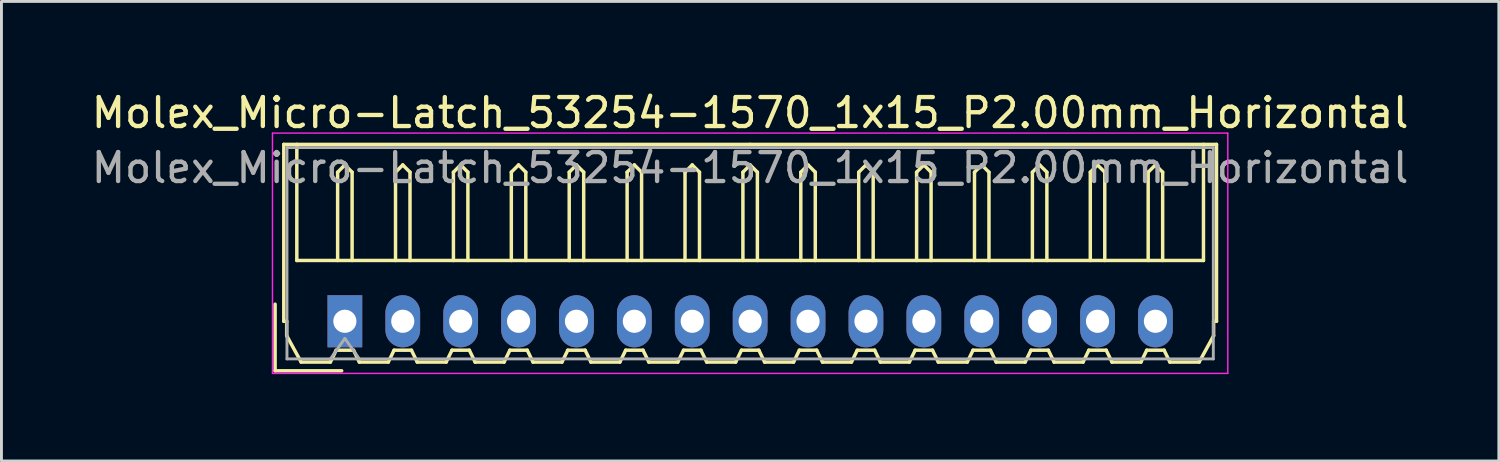
<source format=kicad_pcb>
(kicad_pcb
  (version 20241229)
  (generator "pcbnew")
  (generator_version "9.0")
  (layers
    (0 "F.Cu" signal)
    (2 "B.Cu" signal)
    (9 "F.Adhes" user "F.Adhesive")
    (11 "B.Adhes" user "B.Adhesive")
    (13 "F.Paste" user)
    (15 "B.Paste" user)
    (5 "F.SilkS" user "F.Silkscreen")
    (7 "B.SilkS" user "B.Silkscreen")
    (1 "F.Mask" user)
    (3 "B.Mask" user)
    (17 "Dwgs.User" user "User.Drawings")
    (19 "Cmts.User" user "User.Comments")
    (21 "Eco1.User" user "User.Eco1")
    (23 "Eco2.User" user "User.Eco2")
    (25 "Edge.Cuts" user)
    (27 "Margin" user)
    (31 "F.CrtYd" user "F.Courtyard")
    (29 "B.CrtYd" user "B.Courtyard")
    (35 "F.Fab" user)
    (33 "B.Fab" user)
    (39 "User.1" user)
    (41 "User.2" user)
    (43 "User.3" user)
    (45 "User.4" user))
  (footprint "Molex_Micro-Latch_53254-1570_1x15_P2.00mm_Horizontal"
    (layer "F.Cu")
    (at 8.863 8.048)
    (property "Reference" "Molex_Micro-Latch_53254-1570_1x15_P2.00mm_Horizontal" (at 14 -7.2 0) (layer "F.SilkS") (effects (font (size 1 1) (thickness 0.15))))
    (attr through_hole)
    (fp_line (start -2.41 1.71) (end -2.41 -0.59) (stroke (width 0.12) (type solid)) (layer "F.SilkS"))
    (fp_line (start -2.11 -6.11) (end 14 -6.11) (stroke (width 0.12) (type solid)) (layer "F.SilkS"))
    (fp_line (start -2.11 0) (end -2.11 -6.11) (stroke (width 0.12) (type solid)) (layer "F.SilkS"))
    (fp_line (start -2.01 0) (end -2.11 0) (stroke (width 0.12) (type solid)) (layer "F.SilkS"))
    (fp_line (start -2.01 0.5) (end -2.01 0) (stroke (width 0.12) (type solid)) (layer "F.SilkS"))
    (fp_line (start -1.66 -6.11) (end -1.66 -2.1) (stroke (width 0.12) (type solid)) (layer "F.SilkS"))
    (fp_line (start -1.66 -2.1) (end 29.66 -2.1) (stroke (width 0.12) (type solid)) (layer "F.SilkS"))
    (fp_line (start -1.51 1.41) (end -2.01 0.5) (stroke (width 0.12) (type solid)) (layer "F.SilkS"))
    (fp_line (start -0.5 1.41) (end -1.51 1.41) (stroke (width 0.12) (type solid)) (layer "F.SilkS"))
    (fp_line (start -0.3 1) (end -0.5 1.41) (stroke (width 0.12) (type solid)) (layer "F.SilkS"))
    (fp_line (start -0.3 1) (end 0.3 1) (stroke (width 0.12) (type solid)) (layer "F.SilkS"))
    (fp_line (start -0.25 -5.15) (end 0 -5.4) (stroke (width 0.12) (type solid)) (layer "F.SilkS"))
    (fp_line (start -0.25 -2.1) (end -0.25 -5.15) (stroke (width 0.12) (type solid)) (layer "F.SilkS"))
    (fp_line (start -0.11 1.71) (end -2.41 1.71) (stroke (width 0.12) (type solid)) (layer "F.SilkS"))
    (fp_line (start 0 -5.4) (end 0.25 -5.15) (stroke (width 0.12) (type solid)) (layer "F.SilkS"))
    (fp_line (start 0.25 -5.15) (end 0.25 -2.1) (stroke (width 0.12) (type solid)) (layer "F.SilkS"))
    (fp_line (start 0.3 1) (end 0.5 1.41) (stroke (width 0.12) (type solid)) (layer "F.SilkS"))
    (fp_line (start 0.5 1.41) (end 1.5 1.41) (stroke (width 0.12) (type solid)) (layer "F.SilkS"))
    (fp_line (start 1.5 1.41) (end 1.7 1) (stroke (width 0.12) (type solid)) (layer "F.SilkS"))
    (fp_line (start 1.7 1) (end 2.3 1) (stroke (width 0.12) (type solid)) (layer "F.SilkS"))
    (fp_line (start 1.75 -5.15) (end 2 -5.4) (stroke (width 0.12) (type solid)) (layer "F.SilkS"))
    (fp_line (start 1.75 -2.1) (end 1.75 -5.15) (stroke (width 0.12) (type solid)) (layer "F.SilkS"))
    (fp_line (start 2 -5.4) (end 2.25 -5.15) (stroke (width 0.12) (type solid)) (layer "F.SilkS"))
    (fp_line (start 2.25 -5.15) (end 2.25 -2.1) (stroke (width 0.12) (type solid)) (layer "F.SilkS"))
    (fp_line (start 2.3 1) (end 2.5 1.41) (stroke (width 0.12) (type solid)) (layer "F.SilkS"))
    (fp_line (start 2.5 1.41) (end 3.5 1.41) (stroke (width 0.12) (type solid)) (layer "F.SilkS"))
    (fp_line (start 3.5 1.41) (end 3.7 1) (stroke (width 0.12) (type solid)) (layer "F.SilkS"))
    (fp_line (start 3.7 1) (end 4.3 1) (stroke (width 0.12) (type solid)) (layer "F.SilkS"))
    (fp_line (start 3.75 -5.15) (end 4 -5.4) (stroke (width 0.12) (type solid)) (layer "F.SilkS"))
    (fp_line (start 3.75 -2.1) (end 3.75 -5.15) (stroke (width 0.12) (type solid)) (layer "F.SilkS"))
    (fp_line (start 4 -5.4) (end 4.25 -5.15) (stroke (width 0.12) (type solid)) (layer "F.SilkS"))
    (fp_line (start 4.25 -5.15) (end 4.25 -2.1) (stroke (width 0.12) (type solid)) (layer "F.SilkS"))
    (fp_line (start 4.3 1) (end 4.5 1.41) (stroke (width 0.12) (type solid)) (layer "F.SilkS"))
    (fp_line (start 4.5 1.41) (end 5.5 1.41) (stroke (width 0.12) (type solid)) (layer "F.SilkS"))
    (fp_line (start 5.5 1.41) (end 5.7 1) (stroke (width 0.12) (type solid)) (layer "F.SilkS"))
    (fp_line (start 5.7 1) (end 6.3 1) (stroke (width 0.12) (type solid)) (layer "F.SilkS"))
    (fp_line (start 5.75 -5.15) (end 6 -5.4) (stroke (width 0.12) (type solid)) (layer "F.SilkS"))
    (fp_line (start 5.75 -2.1) (end 5.75 -5.15) (stroke (width 0.12) (type solid)) (layer "F.SilkS"))
    (fp_line (start 6 -5.4) (end 6.25 -5.15) (stroke (width 0.12) (type solid)) (layer "F.SilkS"))
    (fp_line (start 6.25 -5.15) (end 6.25 -2.1) (stroke (width 0.12) (type solid)) (layer "F.SilkS"))
    (fp_line (start 6.3 1) (end 6.5 1.41) (stroke (width 0.12) (type solid)) (layer "F.SilkS"))
    (fp_line (start 6.5 1.41) (end 7.5 1.41) (stroke (width 0.12) (type solid)) (layer "F.SilkS"))
    (fp_line (start 7.5 1.41) (end 7.7 1) (stroke (width 0.12) (type solid)) (layer "F.SilkS"))
    (fp_line (start 7.7 1) (end 8.3 1) (stroke (width 0.12) (type solid)) (layer "F.SilkS"))
    (fp_line (start 7.75 -5.15) (end 8 -5.4) (stroke (width 0.12) (type solid)) (layer "F.SilkS"))
    (fp_line (start 7.75 -2.1) (end 7.75 -5.15) (stroke (width 0.12) (type solid)) (layer "F.SilkS"))
    (fp_line (start 8 -5.4) (end 8.25 -5.15) (stroke (width 0.12) (type solid)) (layer "F.SilkS"))
    (fp_line (start 8.25 -5.15) (end 8.25 -2.1) (stroke (width 0.12) (type solid)) (layer "F.SilkS"))
    (fp_line (start 8.3 1) (end 8.5 1.41) (stroke (width 0.12) (type solid)) (layer "F.SilkS"))
    (fp_line (start 8.5 1.41) (end 9.5 1.41) (stroke (width 0.12) (type solid)) (layer "F.SilkS"))
    (fp_line (start 9.5 1.41) (end 9.7 1) (stroke (width 0.12) (type solid)) (layer "F.SilkS"))
    (fp_line (start 9.7 1) (end 10.3 1) (stroke (width 0.12) (type solid)) (layer "F.SilkS"))
    (fp_line (start 9.75 -5.15) (end 10 -5.4) (stroke (width 0.12) (type solid)) (layer "F.SilkS"))
    (fp_line (start 9.75 -2.1) (end 9.75 -5.15) (stroke (width 0.12) (type solid)) (layer "F.SilkS"))
    (fp_line (start 10 -5.4) (end 10.25 -5.15) (stroke (width 0.12) (type solid)) (layer "F.SilkS"))
    (fp_line (start 10.25 -5.15) (end 10.25 -2.1) (stroke (width 0.12) (type solid)) (layer "F.SilkS"))
    (fp_line (start 10.3 1) (end 10.5 1.41) (stroke (width 0.12) (type solid)) (layer "F.SilkS"))
    (fp_line (start 10.5 1.41) (end 11.5 1.41) (stroke (width 0.12) (type solid)) (layer "F.SilkS"))
    (fp_line (start 11.5 1.41) (end 11.7 1) (stroke (width 0.12) (type solid)) (layer "F.SilkS"))
    (fp_line (start 11.7 1) (end 12.3 1) (stroke (width 0.12) (type solid)) (layer "F.SilkS"))
    (fp_line (start 11.75 -5.15) (end 12 -5.4) (stroke (width 0.12) (type solid)) (layer "F.SilkS"))
    (fp_line (start 11.75 -2.1) (end 11.75 -5.15) (stroke (width 0.12) (type solid)) (layer "F.SilkS"))
    (fp_line (start 12 -5.4) (end 12.25 -5.15) (stroke (width 0.12) (type solid)) (layer "F.SilkS"))
    (fp_line (start 12.25 -5.15) (end 12.25 -2.1) (stroke (width 0.12) (type solid)) (layer "F.SilkS"))
    (fp_line (start 12.3 1) (end 12.5 1.41) (stroke (width 0.12) (type solid)) (layer "F.SilkS"))
    (fp_line (start 12.5 1.41) (end 13.5 1.41) (stroke (width 0.12) (type solid)) (layer "F.SilkS"))
    (fp_line (start 13.5 1.41) (end 13.7 1) (stroke (width 0.12) (type solid)) (layer "F.SilkS"))
    (fp_line (start 13.7 1) (end 14.3 1) (stroke (width 0.12) (type solid)) (layer "F.SilkS"))
    (fp_line (start 13.75 -5.15) (end 14 -5.4) (stroke (width 0.12) (type solid)) (layer "F.SilkS"))
    (fp_line (start 13.75 -2.1) (end 13.75 -5.15) (stroke (width 0.12) (type solid)) (layer "F.SilkS"))
    (fp_line (start 14 -5.4) (end 14.25 -5.15) (stroke (width 0.12) (type solid)) (layer "F.SilkS"))
    (fp_line (start 14.25 -5.15) (end 14.25 -2.1) (stroke (width 0.12) (type solid)) (layer "F.SilkS"))
    (fp_line (start 14.3 1) (end 14.5 1.41) (stroke (width 0.12) (type solid)) (layer "F.SilkS"))
    (fp_line (start 14.5 1.41) (end 15.5 1.41) (stroke (width 0.12) (type solid)) (layer "F.SilkS"))
    (fp_line (start 15.5 1.41) (end 15.7 1) (stroke (width 0.12) (type solid)) (layer "F.SilkS"))
    (fp_line (start 15.7 1) (end 16.3 1) (stroke (width 0.12) (type solid)) (layer "F.SilkS"))
    (fp_line (start 15.75 -5.15) (end 16 -5.4) (stroke (width 0.12) (type solid)) (layer "F.SilkS"))
    (fp_line (start 15.75 -2.1) (end 15.75 -5.15) (stroke (width 0.12) (type solid)) (layer "F.SilkS"))
    (fp_line (start 16 -5.4) (end 16.25 -5.15) (stroke (width 0.12) (type solid)) (layer "F.SilkS"))
    (fp_line (start 16.25 -5.15) (end 16.25 -2.1) (stroke (width 0.12) (type solid)) (layer "F.SilkS"))
    (fp_line (start 16.3 1) (end 16.5 1.41) (stroke (width 0.12) (type solid)) (layer "F.SilkS"))
    (fp_line (start 16.5 1.41) (end 17.5 1.41) (stroke (width 0.12) (type solid)) (layer "F.SilkS"))
    (fp_line (start 17.5 1.41) (end 17.7 1) (stroke (width 0.12) (type solid)) (layer "F.SilkS"))
    (fp_line (start 17.7 1) (end 18.3 1) (stroke (width 0.12) (type solid)) (layer "F.SilkS"))
    (fp_line (start 17.75 -5.15) (end 18 -5.4) (stroke (width 0.12) (type solid)) (layer "F.SilkS"))
    (fp_line (start 17.75 -2.1) (end 17.75 -5.15) (stroke (width 0.12) (type solid)) (layer "F.SilkS"))
    (fp_line (start 18 -5.4) (end 18.25 -5.15) (stroke (width 0.12) (type solid)) (layer "F.SilkS"))
    (fp_line (start 18.25 -5.15) (end 18.25 -2.1) (stroke (width 0.12) (type solid)) (layer "F.SilkS"))
    (fp_line (start 18.3 1) (end 18.5 1.41) (stroke (width 0.12) (type solid)) (layer "F.SilkS"))
    (fp_line (start 18.5 1.41) (end 19.5 1.41) (stroke (width 0.12) (type solid)) (layer "F.SilkS"))
    (fp_line (start 19.5 1.41) (end 19.7 1) (stroke (width 0.12) (type solid)) (layer "F.SilkS"))
    (fp_line (start 19.7 1) (end 20.3 1) (stroke (width 0.12) (type solid)) (layer "F.SilkS"))
    (fp_line (start 19.75 -5.15) (end 20 -5.4) (stroke (width 0.12) (type solid)) (layer "F.SilkS"))
    (fp_line (start 19.75 -2.1) (end 19.75 -5.15) (stroke (width 0.12) (type solid)) (layer "F.SilkS"))
    (fp_line (start 20 -5.4) (end 20.25 -5.15) (stroke (width 0.12) (type solid)) (layer "F.SilkS"))
    (fp_line (start 20.25 -5.15) (end 20.25 -2.1) (stroke (width 0.12) (type solid)) (layer "F.SilkS"))
    (fp_line (start 20.3 1) (end 20.5 1.41) (stroke (width 0.12) (type solid)) (layer "F.SilkS"))
    (fp_line (start 20.5 1.41) (end 21.5 1.41) (stroke (width 0.12) (type solid)) (layer "F.SilkS"))
    (fp_line (start 21.5 1.41) (end 21.7 1) (stroke (width 0.12) (type solid)) (layer "F.SilkS"))
    (fp_line (start 21.7 1) (end 22.3 1) (stroke (width 0.12) (type solid)) (layer "F.SilkS"))
    (fp_line (start 21.75 -5.15) (end 22 -5.4) (stroke (width 0.12) (type solid)) (layer "F.SilkS"))
    (fp_line (start 21.75 -2.1) (end 21.75 -5.15) (stroke (width 0.12) (type solid)) (layer "F.SilkS"))
    (fp_line (start 22 -5.4) (end 22.25 -5.15) (stroke (width 0.12) (type solid)) (layer "F.SilkS"))
    (fp_line (start 22.25 -5.15) (end 22.25 -2.1) (stroke (width 0.12) (type solid)) (layer "F.SilkS"))
    (fp_line (start 22.3 1) (end 22.5 1.41) (stroke (width 0.12) (type solid)) (layer "F.SilkS"))
    (fp_line (start 22.5 1.41) (end 23.5 1.41) (stroke (width 0.12) (type solid)) (layer "F.SilkS"))
    (fp_line (start 23.5 1.41) (end 23.7 1) (stroke (width 0.12) (type solid)) (layer "F.SilkS"))
    (fp_line (start 23.7 1) (end 24.3 1) (stroke (width 0.12) (type solid)) (layer "F.SilkS"))
    (fp_line (start 23.75 -5.15) (end 24 -5.4) (stroke (width 0.12) (type solid)) (layer "F.SilkS"))
    (fp_line (start 23.75 -2.1) (end 23.75 -5.15) (stroke (width 0.12) (type solid)) (layer "F.SilkS"))
    (fp_line (start 24 -5.4) (end 24.25 -5.15) (stroke (width 0.12) (type solid)) (layer "F.SilkS"))
    (fp_line (start 24.25 -5.15) (end 24.25 -2.1) (stroke (width 0.12) (type solid)) (layer "F.SilkS"))
    (fp_line (start 24.3 1) (end 24.5 1.41) (stroke (width 0.12) (type solid)) (layer "F.SilkS"))
    (fp_line (start 24.5 1.41) (end 25.5 1.41) (stroke (width 0.12) (type solid)) (layer "F.SilkS"))
    (fp_line (start 25.5 1.41) (end 25.7 1) (stroke (width 0.12) (type solid)) (layer "F.SilkS"))
    (fp_line (start 25.7 1) (end 26.3 1) (stroke (width 0.12) (type solid)) (layer "F.SilkS"))
    (fp_line (start 25.75 -5.15) (end 26 -5.4) (stroke (width 0.12) (type solid)) (layer "F.SilkS"))
    (fp_line (start 25.75 -2.1) (end 25.75 -5.15) (stroke (width 0.12) (type solid)) (layer "F.SilkS"))
    (fp_line (start 26 -5.4) (end 26.25 -5.15) (stroke (width 0.12) (type solid)) (layer "F.SilkS"))
    (fp_line (start 26.25 -5.15) (end 26.25 -2.1) (stroke (width 0.12) (type solid)) (layer "F.SilkS"))
    (fp_line (start 26.3 1) (end 26.5 1.41) (stroke (width 0.12) (type solid)) (layer "F.SilkS"))
    (fp_line (start 26.5 1.41) (end 27.5 1.41) (stroke (width 0.12) (type solid)) (layer "F.SilkS"))
    (fp_line (start 27.5 1.41) (end 27.7 1) (stroke (width 0.12) (type solid)) (layer "F.SilkS"))
    (fp_line (start 27.7 1) (end 28.3 1) (stroke (width 0.12) (type solid)) (layer "F.SilkS"))
    (fp_line (start 27.75 -5.15) (end 28 -5.4) (stroke (width 0.12) (type solid)) (layer "F.SilkS"))
    (fp_line (start 27.75 -2.1) (end 27.75 -5.15) (stroke (width 0.12) (type solid)) (layer "F.SilkS"))
    (fp_line (start 28 -5.4) (end 28.25 -5.15) (stroke (width 0.12) (type solid)) (layer "F.SilkS"))
    (fp_line (start 28.25 -5.15) (end 28.25 -2.1) (stroke (width 0.12) (type solid)) (layer "F.SilkS"))
    (fp_line (start 28.3 1) (end 28.5 1.41) (stroke (width 0.12) (type solid)) (layer "F.SilkS"))
    (fp_line (start 28.5 1.41) (end 29.51 1.41) (stroke (width 0.12) (type solid)) (layer "F.SilkS"))
    (fp_line (start 29.51 1.41) (end 30.01 0.5) (stroke (width 0.12) (type solid)) (layer "F.SilkS"))
    (fp_line (start 29.66 -2.1) (end 29.66 -6.11) (stroke (width 0.12) (type solid)) (layer "F.SilkS"))
    (fp_line (start 30.01 0) (end 30.11 0) (stroke (width 0.12) (type solid)) (layer "F.SilkS"))
    (fp_line (start 30.01 0.5) (end 30.01 0) (stroke (width 0.12) (type solid)) (layer "F.SilkS"))
    (fp_line (start 30.11 -6.11) (end 14 -6.11) (stroke (width 0.12) (type solid)) (layer "F.SilkS"))
    (fp_line (start 30.11 0) (end 30.11 -6.11) (stroke (width 0.12) (type solid)) (layer "F.SilkS"))
    (fp_line (start -2.5 -6.5) (end -2.5 1.8) (stroke (width 0.05) (type solid)) (layer "F.CrtYd"))
    (fp_line (start -2.5 1.8) (end 30.5 1.8) (stroke (width 0.05) (type solid)) (layer "F.CrtYd"))
    (fp_line (start 30.5 -6.5) (end -2.5 -6.5) (stroke (width 0.05) (type solid)) (layer "F.CrtYd"))
    (fp_line (start 30.5 1.8) (end 30.5 -6.5) (stroke (width 0.05) (type solid)) (layer "F.CrtYd"))
    (fp_line (start -2 -6) (end -2 1.3) (stroke (width 0.1) (type solid)) (layer "F.Fab"))
    (fp_line (start -2 1.3) (end 30 1.3) (stroke (width 0.1) (type solid)) (layer "F.Fab"))
    (fp_line (start -0.5 1.3) (end 0 0.593) (stroke (width 0.1) (type solid)) (layer "F.Fab"))
    (fp_line (start 0 0.593) (end 0.5 1.3) (stroke (width 0.1) (type solid)) (layer "F.Fab"))
    (fp_line (start 30 -6) (end -2 -6) (stroke (width 0.1) (type solid)) (layer "F.Fab"))
    (fp_line (start 30 1.3) (end 30 -6) (stroke (width 0.1) (type solid)) (layer "F.Fab"))
    (fp_text user "${REFERENCE}" (at 14 -5.3 0) (layer "F.Fab") (effects (font (size 1 1) (thickness 0.15))))
    (pad "1" thru_hole rect (at 0 0) (size 1.2 1.8) (drill 0.8) (layers "*.Cu" "*.Mask"))
    (pad "2" thru_hole oval (at 2 0) (size 1.2 1.8) (drill 0.8) (layers "*.Cu" "*.Mask"))
    (pad "3" thru_hole oval (at 4 0) (size 1.2 1.8) (drill 0.8) (layers "*.Cu" "*.Mask"))
    (pad "4" thru_hole oval (at 6 0) (size 1.2 1.8) (drill 0.8) (layers "*.Cu" "*.Mask"))
    (pad "5" thru_hole oval (at 8 0) (size 1.2 1.8) (drill 0.8) (layers "*.Cu" "*.Mask"))
    (pad "6" thru_hole oval (at 10 0) (size 1.2 1.8) (drill 0.8) (layers "*.Cu" "*.Mask"))
    (pad "7" thru_hole oval (at 12 0) (size 1.2 1.8) (drill 0.8) (layers "*.Cu" "*.Mask"))
    (pad "8" thru_hole oval (at 14 0) (size 1.2 1.8) (drill 0.8) (layers "*.Cu" "*.Mask"))
    (pad "9" thru_hole oval (at 16 0) (size 1.2 1.8) (drill 0.8) (layers "*.Cu" "*.Mask"))
    (pad "10" thru_hole oval (at 18 0) (size 1.2 1.8) (drill 0.8) (layers "*.Cu" "*.Mask"))
    (pad "11" thru_hole oval (at 20 0) (size 1.2 1.8) (drill 0.8) (layers "*.Cu" "*.Mask"))
    (pad "12" thru_hole oval (at 22 0) (size 1.2 1.8) (drill 0.8) (layers "*.Cu" "*.Mask"))
    (pad "13" thru_hole oval (at 24 0) (size 1.2 1.8) (drill 0.8) (layers "*.Cu" "*.Mask"))
    (pad "14" thru_hole oval (at 26 0) (size 1.2 1.8) (drill 0.8) (layers "*.Cu" "*.Mask"))
    (pad "15" thru_hole oval (at 28 0) (size 1.2 1.8) (drill 0.8) (layers "*.Cu" "*.Mask")))
  (gr_rect
    (start -3 -3)
    (end 48.726 12.873)
    (stroke (width 0.1) (type default))
    (fill no)
    (layer "Edge.Cuts")))
</source>
